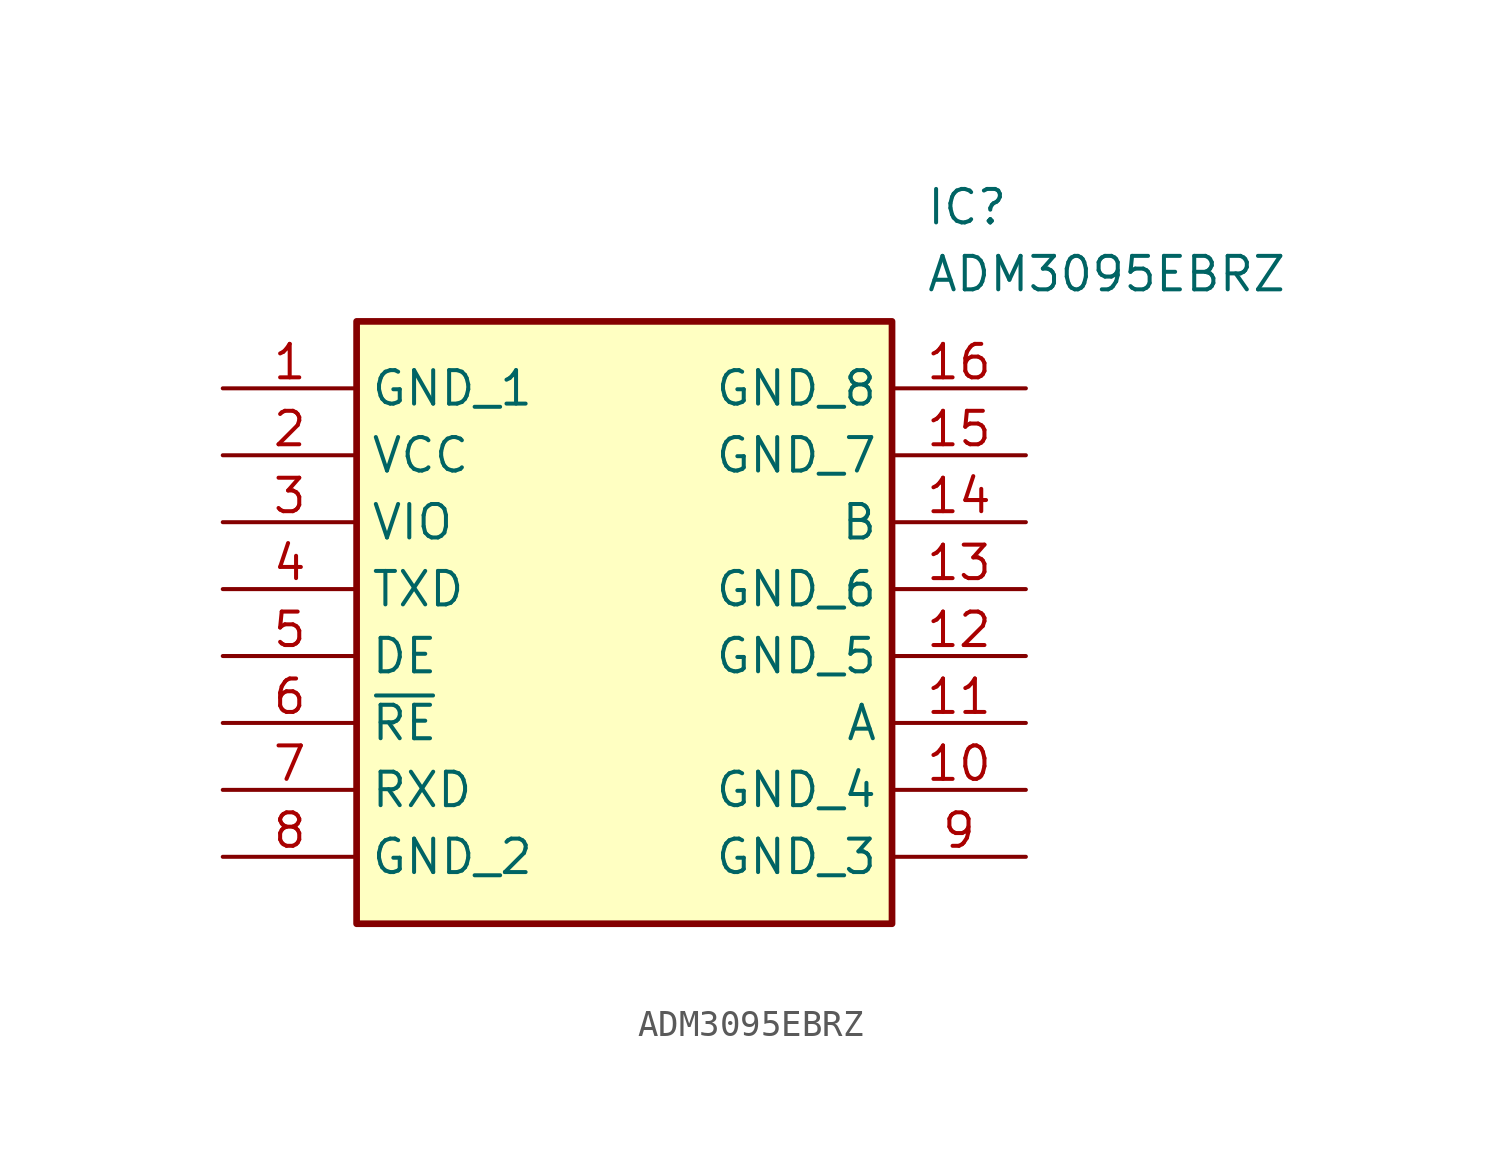
<source format=kicad_sym>
(kicad_symbol_lib
  (version 20211014)
  (generator SamacSys_ECAD_Model)
  (symbol "ADM3095EBRZ"
    (property "Reference" "IC"
      (at 26.67 7.62 0)
      (effects (font (size 1.27 1.27)) (justify left top)))
    (property "Value" "ADM3095EBRZ"
      (at 26.67 5.08 0)
      (effects (font (size 1.27 1.27)) (justify left top)))
    (rectangle
      (start 5.08 2.54)
      (end 25.4 -20.32)
      (stroke (width 0.254) (type default))
      (fill (type background)))
    (pin power_in line
      (at 0 0 0)
      (length 5.08)
      (name "GND_1" (effects (font (size 1.27 1.27))))
      (number "1" (effects (font (size 1.27 1.27)))))
    (pin power_in line
      (at 0 -2.54 0)
      (length 5.08)
      (name "VCC" (effects (font (size 1.27 1.27))))
      (number "2" (effects (font (size 1.27 1.27)))))
    (pin power_in line
      (at 0 -5.08 0)
      (length 5.08)
      (name "VIO" (effects (font (size 1.27 1.27))))
      (number "3" (effects (font (size 1.27 1.27)))))
    (pin input line
      (at 0 -7.62 0)
      (length 5.08)
      (name "TXD" (effects (font (size 1.27 1.27))))
      (number "4" (effects (font (size 1.27 1.27)))))
    (pin input line
      (at 0 -10.16 0)
      (length 5.08)
      (name "DE" (effects (font (size 1.27 1.27))))
      (number "5" (effects (font (size 1.27 1.27)))))
    (pin input line
      (at 0 -12.7 0)
      (length 5.08)
      (name "~{RE}" (effects (font (size 1.27 1.27))))
      (number "6" (effects (font (size 1.27 1.27)))))
    (pin output line
      (at 0 -15.24 0)
      (length 5.08)
      (name "RXD" (effects (font (size 1.27 1.27))))
      (number "7" (effects (font (size 1.27 1.27)))))
    (pin power_in line
      (at 0 -17.78 0)
      (length 5.08)
      (name "GND_2" (effects (font (size 1.27 1.27))))
      (number "8" (effects (font (size 1.27 1.27)))))
    (pin power_in line
      (at 30.48 0 180)
      (length 5.08)
      (name "GND_8" (effects (font (size 1.27 1.27))))
      (number "16" (effects (font (size 1.27 1.27)))))
    (pin power_in line
      (at 30.48 -2.54 180)
      (length 5.08)
      (name "GND_7" (effects (font (size 1.27 1.27))))
      (number "15" (effects (font (size 1.27 1.27)))))
    (pin bidirectional line
      (at 30.48 -5.08 180)
      (length 5.08)
      (name "B" (effects (font (size 1.27 1.27))))
      (number "14" (effects (font (size 1.27 1.27)))))
    (pin power_in line
      (at 30.48 -7.62 180)
      (length 5.08)
      (name "GND_6" (effects (font (size 1.27 1.27))))
      (number "13" (effects (font (size 1.27 1.27)))))
    (pin power_in line
      (at 30.48 -10.16 180)
      (length 5.08)
      (name "GND_5" (effects (font (size 1.27 1.27))))
      (number "12" (effects (font (size 1.27 1.27)))))
    (pin bidirectional line
      (at 30.48 -12.7 180)
      (length 5.08)
      (name "A" (effects (font (size 1.27 1.27))))
      (number "11" (effects (font (size 1.27 1.27)))))
    (pin power_in line
      (at 30.48 -15.24 180)
      (length 5.08)
      (name "GND_4" (effects (font (size 1.27 1.27))))
      (number "10" (effects (font (size 1.27 1.27)))))
    (pin power_in line
      (at 30.48 -17.78 180)
      (length 5.08)
      (name "GND_3" (effects (font (size 1.27 1.27))))
      (number "9" (effects (font (size 1.27 1.27)))))))
</source>
